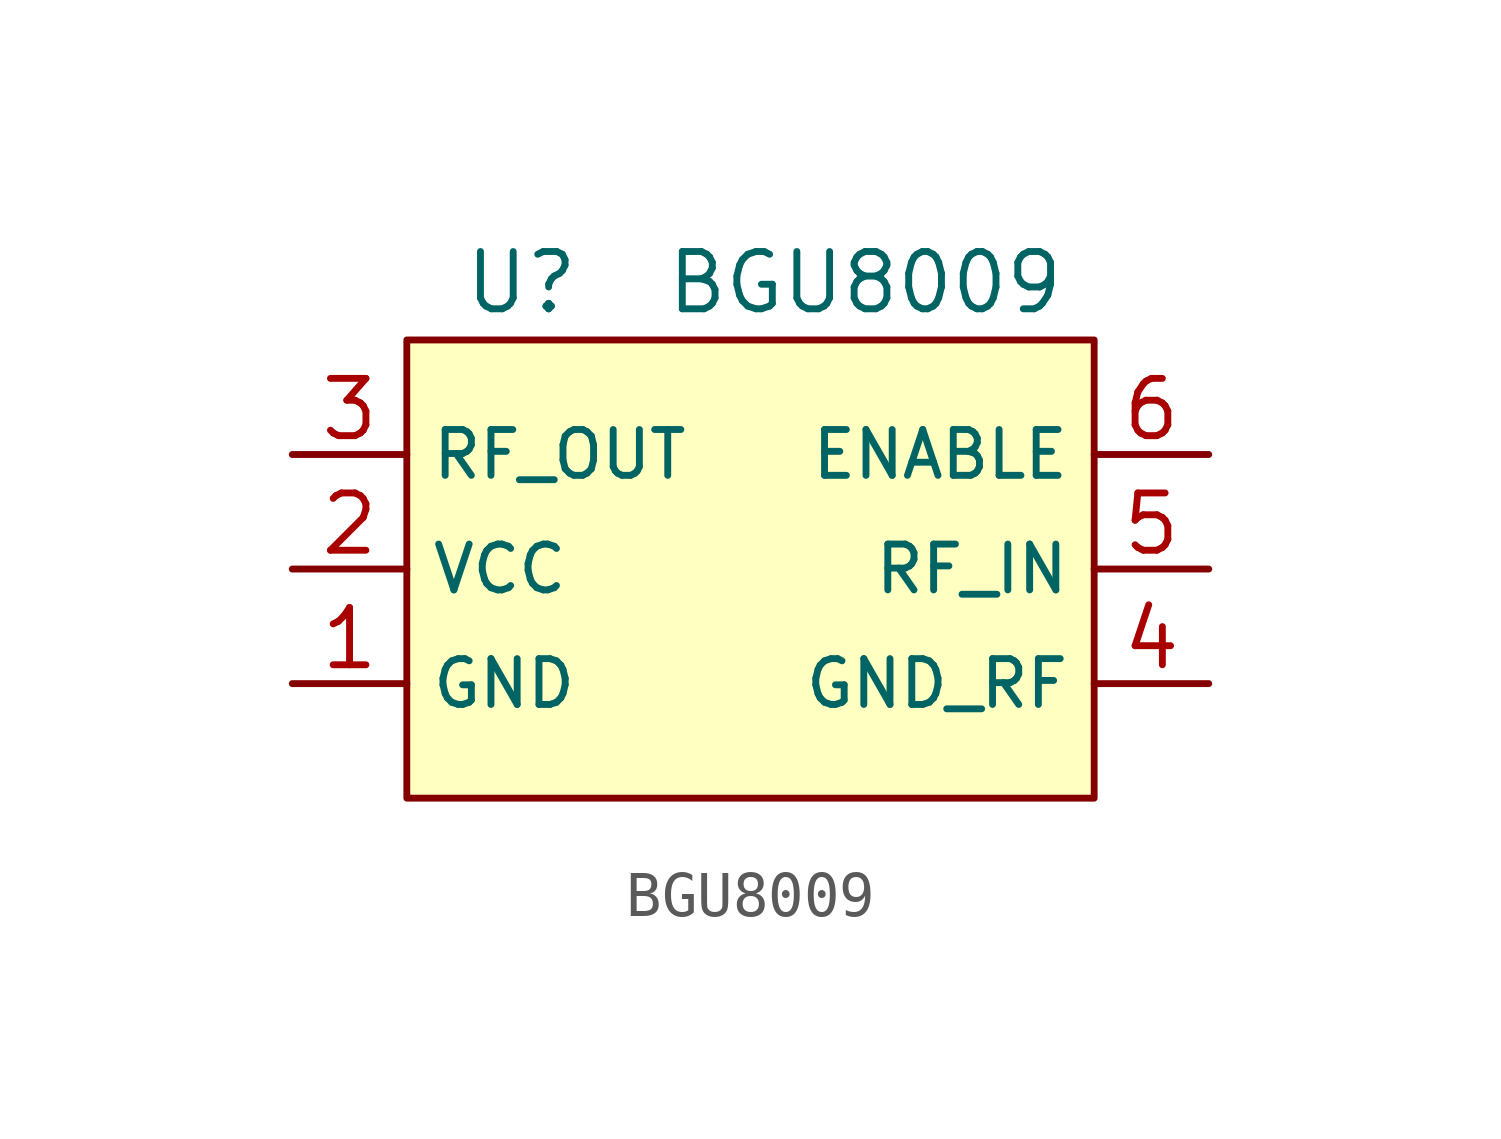
<source format=kicad_sym>
(kicad_symbol_lib
  (version 20201005)
  (generator kicad_symbol_editor)
  (symbol "CustomSymbols:BGU8009"
    (property "Reference" "U"
      (at -5.08 6.35 0)
      (effects (font (size 1.27 1.27))))
    (property "Value" "BGU8009"
      (at 2.54 6.35 0)
      (effects (font (size 1.27 1.27))))
    (symbol "BGU8009_0_0"
      (pin power_in line (at -10.16 -2.54 0) (length 2.54) (name "GND" (effects (font (size 1.016 1.016)))) (number "1" (effects (font (size 1.27 1.27)))))
      (pin power_in line (at -10.16 0 0) (length 2.54) (name "VCC" (effects (font (size 1.016 1.016)))) (number "2" (effects (font (size 1.27 1.27)))))
      (pin output line (at -10.16 2.54 0) (length 2.54) (name "RF_OUT" (effects (font (size 1.016 1.016)))) (number "3" (effects (font (size 1.27 1.27)))))
      (pin power_in line (at 10.16 -2.54 180) (length 2.54) (name "GND_RF" (effects (font (size 1.016 1.016)))) (number "4" (effects (font (size 1.27 1.27)))))
      (pin input line (at 10.16 0 180) (length 2.54) (name "RF_IN" (effects (font (size 1.016 1.016)))) (number "5" (effects (font (size 1.27 1.27)))))
      (pin input line (at 10.16 2.54 180) (length 2.54) (name "ENABLE" (effects (font (size 1.016 1.016)))) (number "6" (effects (font (size 1.27 1.27))))))
    (symbol "BGU8009_0_1"
      (rectangle (start -7.62 5.08) (end 7.62 -5.08) (stroke (width 0.152)) (fill (type background))))))
</source>
